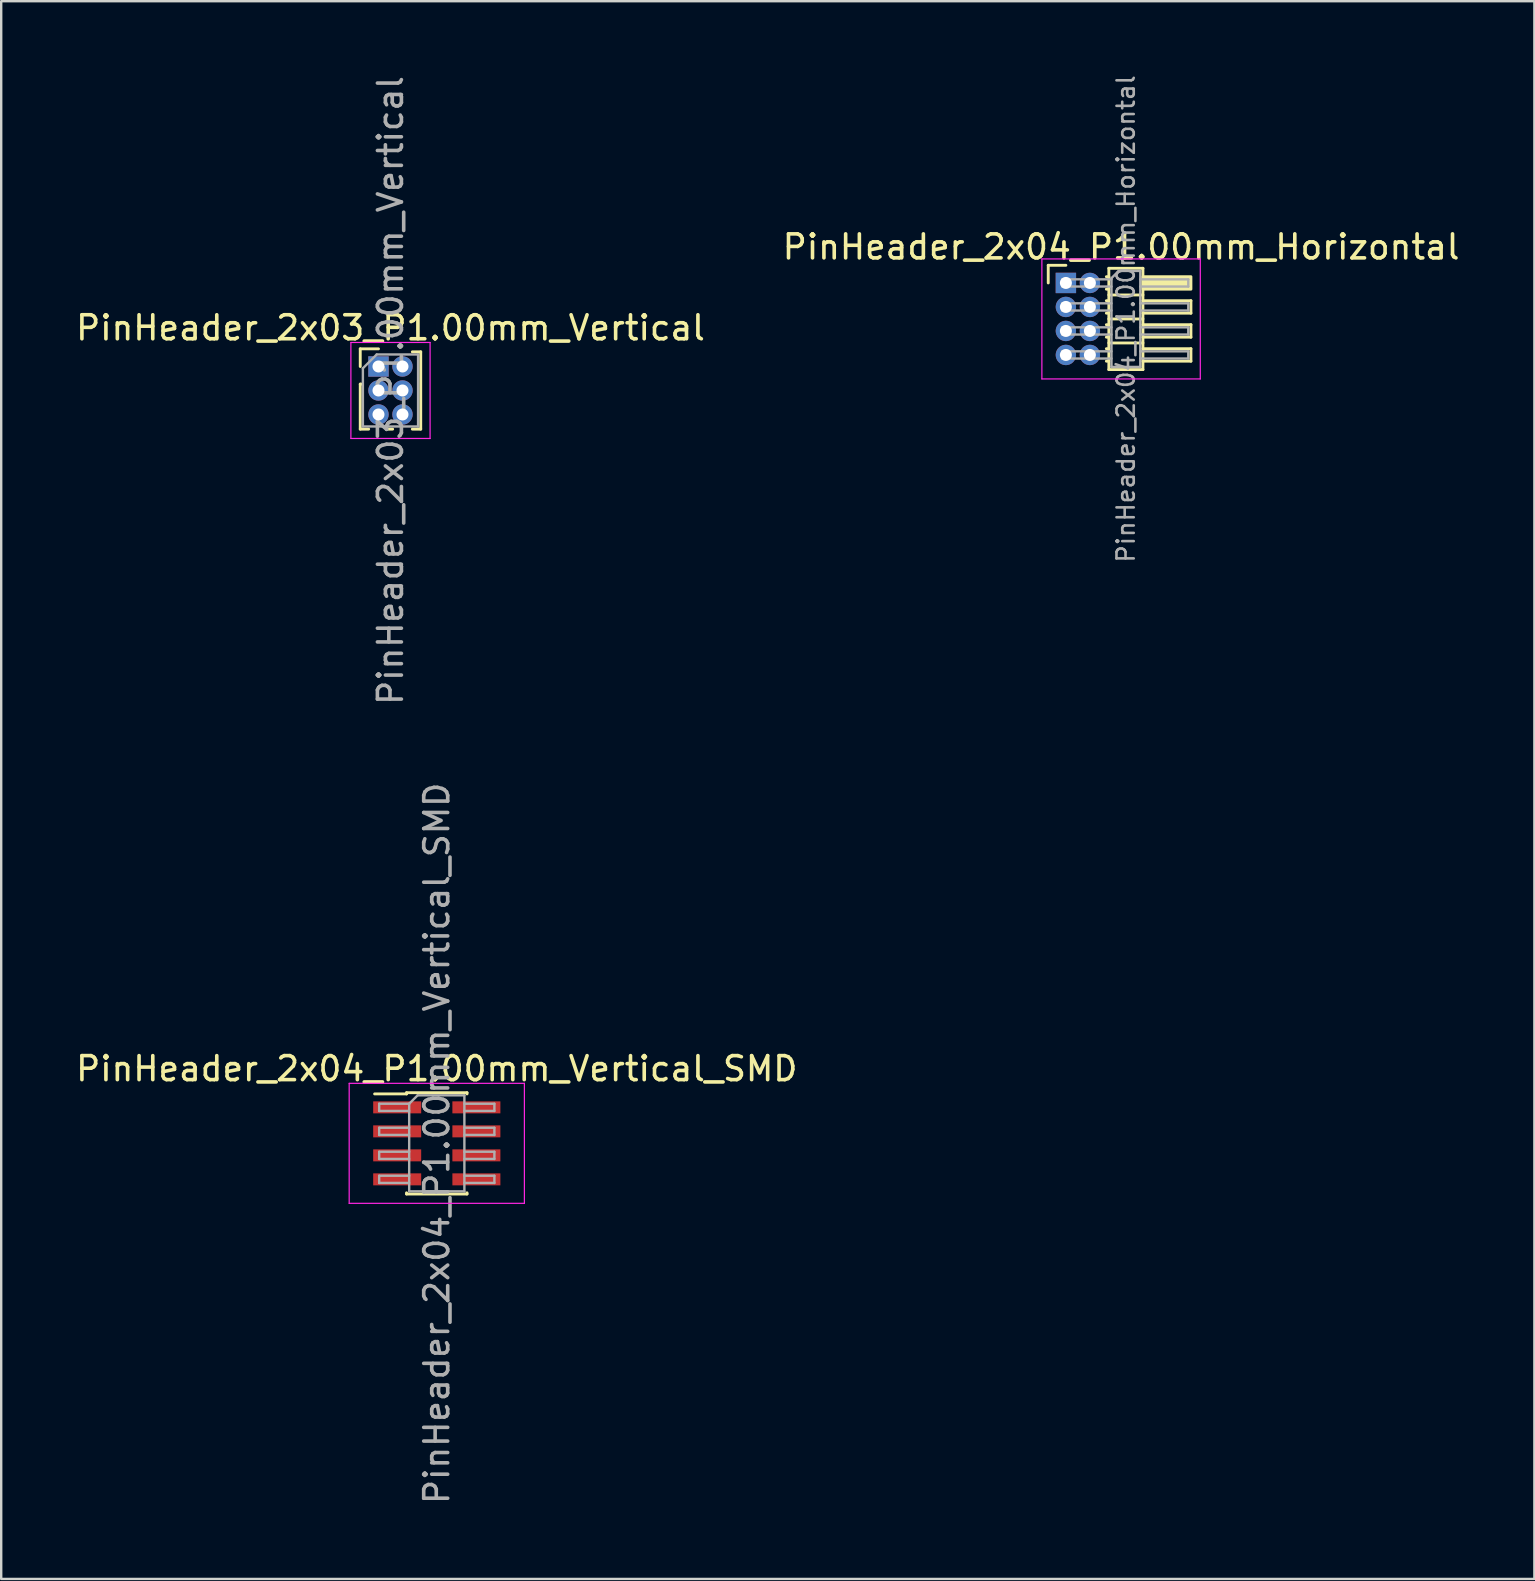
<source format=kicad_pcb>
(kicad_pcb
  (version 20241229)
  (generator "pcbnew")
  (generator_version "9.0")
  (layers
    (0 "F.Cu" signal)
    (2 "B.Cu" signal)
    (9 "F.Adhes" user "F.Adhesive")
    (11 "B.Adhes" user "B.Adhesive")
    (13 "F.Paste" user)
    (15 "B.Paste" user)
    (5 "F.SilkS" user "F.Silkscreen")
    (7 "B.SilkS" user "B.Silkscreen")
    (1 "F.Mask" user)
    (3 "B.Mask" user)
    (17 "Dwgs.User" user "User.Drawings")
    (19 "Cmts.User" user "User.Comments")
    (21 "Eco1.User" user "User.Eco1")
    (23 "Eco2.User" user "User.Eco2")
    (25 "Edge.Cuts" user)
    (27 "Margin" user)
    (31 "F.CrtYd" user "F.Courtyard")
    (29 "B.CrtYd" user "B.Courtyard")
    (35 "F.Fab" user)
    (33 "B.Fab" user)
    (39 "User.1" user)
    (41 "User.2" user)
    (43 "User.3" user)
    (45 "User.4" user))
  (footprint "PinHeader_2x04_P1.00mm_Vertical_SMD"
    (layer "F.Cu")
    (at 15.149 44.589)
    (property "Reference" "PinHeader_2x04_P1.00mm_Vertical_SMD" (at 0 -3.11 0) (layer "F.SilkS") (effects (font (size 1 1) (thickness 0.15))))
    (attr smd)
    (fp_line (start -2.59 -2.06) (end -1.26 -2.06) (stroke (width 0.12) (type solid)) (layer "F.SilkS"))
    (fp_line (start -1.26 -2.11) (end -1.26 -2.06) (stroke (width 0.12) (type solid)) (layer "F.SilkS"))
    (fp_line (start -1.26 -2.11) (end 1.26 -2.11) (stroke (width 0.12) (type solid)) (layer "F.SilkS"))
    (fp_line (start -1.26 2.06) (end -1.26 2.11) (stroke (width 0.12) (type solid)) (layer "F.SilkS"))
    (fp_line (start -1.26 2.11) (end 1.26 2.11) (stroke (width 0.12) (type solid)) (layer "F.SilkS"))
    (fp_line (start 1.26 -2.11) (end 1.26 -2.06) (stroke (width 0.12) (type solid)) (layer "F.SilkS"))
    (fp_line (start 1.26 2.06) (end 1.26 2.11) (stroke (width 0.12) (type solid)) (layer "F.SilkS"))
    (fp_line (start -3.65 -2.5) (end -3.65 2.5) (stroke (width 0.05) (type solid)) (layer "F.CrtYd"))
    (fp_line (start -3.65 2.5) (end 3.65 2.5) (stroke (width 0.05) (type solid)) (layer "F.CrtYd"))
    (fp_line (start 3.65 -2.5) (end -3.65 -2.5) (stroke (width 0.05) (type solid)) (layer "F.CrtYd"))
    (fp_line (start 3.65 2.5) (end 3.65 -2.5) (stroke (width 0.05) (type solid)) (layer "F.CrtYd"))
    (fp_line (start -2.4 -1.65) (end -2.4 -1.35) (stroke (width 0.1) (type solid)) (layer "F.Fab"))
    (fp_line (start -2.4 -1.35) (end -1.15 -1.35) (stroke (width 0.1) (type solid)) (layer "F.Fab"))
    (fp_line (start -2.4 -0.65) (end -2.4 -0.35) (stroke (width 0.1) (type solid)) (layer "F.Fab"))
    (fp_line (start -2.4 -0.35) (end -1.15 -0.35) (stroke (width 0.1) (type solid)) (layer "F.Fab"))
    (fp_line (start -2.4 0.35) (end -2.4 0.65) (stroke (width 0.1) (type solid)) (layer "F.Fab"))
    (fp_line (start -2.4 0.65) (end -1.15 0.65) (stroke (width 0.1) (type solid)) (layer "F.Fab"))
    (fp_line (start -2.4 1.35) (end -2.4 1.65) (stroke (width 0.1) (type solid)) (layer "F.Fab"))
    (fp_line (start -2.4 1.65) (end -1.15 1.65) (stroke (width 0.1) (type solid)) (layer "F.Fab"))
    (fp_line (start -1.15 -1.65) (end -2.4 -1.65) (stroke (width 0.1) (type solid)) (layer "F.Fab"))
    (fp_line (start -1.15 -1.65) (end -0.8 -2) (stroke (width 0.1) (type solid)) (layer "F.Fab"))
    (fp_line (start -1.15 -0.65) (end -2.4 -0.65) (stroke (width 0.1) (type solid)) (layer "F.Fab"))
    (fp_line (start -1.15 0.35) (end -2.4 0.35) (stroke (width 0.1) (type solid)) (layer "F.Fab"))
    (fp_line (start -1.15 1.35) (end -2.4 1.35) (stroke (width 0.1) (type solid)) (layer "F.Fab"))
    (fp_line (start -1.15 2) (end -1.15 -1.65) (stroke (width 0.1) (type solid)) (layer "F.Fab"))
    (fp_line (start -0.8 -2) (end 1.15 -2) (stroke (width 0.1) (type solid)) (layer "F.Fab"))
    (fp_line (start 1.15 -2) (end 1.15 2) (stroke (width 0.1) (type solid)) (layer "F.Fab"))
    (fp_line (start 1.15 -1.65) (end 2.4 -1.65) (stroke (width 0.1) (type solid)) (layer "F.Fab"))
    (fp_line (start 1.15 -0.65) (end 2.4 -0.65) (stroke (width 0.1) (type solid)) (layer "F.Fab"))
    (fp_line (start 1.15 0.35) (end 2.4 0.35) (stroke (width 0.1) (type solid)) (layer "F.Fab"))
    (fp_line (start 1.15 1.35) (end 2.4 1.35) (stroke (width 0.1) (type solid)) (layer "F.Fab"))
    (fp_line (start 1.15 2) (end -1.15 2) (stroke (width 0.1) (type solid)) (layer "F.Fab"))
    (fp_line (start 2.4 -1.65) (end 2.4 -1.35) (stroke (width 0.1) (type solid)) (layer "F.Fab"))
    (fp_line (start 2.4 -1.35) (end 1.15 -1.35) (stroke (width 0.1) (type solid)) (layer "F.Fab"))
    (fp_line (start 2.4 -0.65) (end 2.4 -0.35) (stroke (width 0.1) (type solid)) (layer "F.Fab"))
    (fp_line (start 2.4 -0.35) (end 1.15 -0.35) (stroke (width 0.1) (type solid)) (layer "F.Fab"))
    (fp_line (start 2.4 0.35) (end 2.4 0.65) (stroke (width 0.1) (type solid)) (layer "F.Fab"))
    (fp_line (start 2.4 0.65) (end 1.15 0.65) (stroke (width 0.1) (type solid)) (layer "F.Fab"))
    (fp_line (start 2.4 1.35) (end 2.4 1.65) (stroke (width 0.1) (type solid)) (layer "F.Fab"))
    (fp_line (start 2.4 1.65) (end 1.15 1.65) (stroke (width 0.1) (type solid)) (layer "F.Fab"))
    (fp_text user "${REFERENCE}" (at 0 0 90) (layer "F.Fab") (effects (font (size 1 1) (thickness 0.15))))
    (pad "1" smd rect (at -1.65 -1.5) (size 2 0.5) (layers "F.Cu" "F.Mask" "F.Paste"))
    (pad "2" smd rect (at 1.65 -1.5) (size 2 0.5) (layers "F.Cu" "F.Mask" "F.Paste"))
    (pad "3" smd rect (at -1.65 -0.5) (size 2 0.5) (layers "F.Cu" "F.Mask" "F.Paste"))
    (pad "4" smd rect (at 1.65 -0.5) (size 2 0.5) (layers "F.Cu" "F.Mask" "F.Paste"))
    (pad "5" smd rect (at -1.65 0.5) (size 2 0.5) (layers "F.Cu" "F.Mask" "F.Paste"))
    (pad "6" smd rect (at 1.65 0.5) (size 2 0.5) (layers "F.Cu" "F.Mask" "F.Paste"))
    (pad "7" smd rect (at -1.65 1.5) (size 2 0.5) (layers "F.Cu" "F.Mask" "F.Paste"))
    (pad "8" smd rect (at 1.65 1.5) (size 2 0.5) (layers "F.Cu" "F.Mask" "F.Paste")))
  (footprint "PinHeader_2x03_P1.00mm_Vertical"
    (layer "F.Cu")
    (at 12.72 12.22)
    (property "Reference" "PinHeader_2x03_P1.00mm_Vertical" (at 0.5 -1.61 0) (layer "F.SilkS") (effects (font (size 1 1) (thickness 0.15))))
    (attr through_hole)
    (fp_line (start -0.76 -0.735) (end 0 -0.735) (stroke (width 0.12) (type solid)) (layer "F.SilkS"))
    (fp_line (start -0.76 0) (end -0.76 -0.735) (stroke (width 0.12) (type solid)) (layer "F.SilkS"))
    (fp_line (start -0.76 0.735) (end -0.76 2.61) (stroke (width 0.12) (type solid)) (layer "F.SilkS"))
    (fp_line (start -0.76 0.735) (end -0.686 0.735) (stroke (width 0.12) (type solid)) (layer "F.SilkS"))
    (fp_line (start -0.76 2.61) (end -0.41 2.61) (stroke (width 0.12) (type solid)) (layer "F.SilkS"))
    (fp_line (start 0.41 2.61) (end 0.59 2.61) (stroke (width 0.12) (type solid)) (layer "F.SilkS"))
    (fp_line (start 1.41 -0.61) (end 1.76 -0.61) (stroke (width 0.12) (type solid)) (layer "F.SilkS"))
    (fp_line (start 1.41 2.61) (end 1.76 2.61) (stroke (width 0.12) (type solid)) (layer "F.SilkS"))
    (fp_line (start 1.76 -0.61) (end 1.76 2.61) (stroke (width 0.12) (type solid)) (layer "F.SilkS"))
    (fp_line (start -1.15 -1) (end -1.15 3) (stroke (width 0.05) (type solid)) (layer "F.CrtYd"))
    (fp_line (start -1.15 3) (end 2.15 3) (stroke (width 0.05) (type solid)) (layer "F.CrtYd"))
    (fp_line (start 2.15 -1) (end -1.15 -1) (stroke (width 0.05) (type solid)) (layer "F.CrtYd"))
    (fp_line (start 2.15 3) (end 2.15 -1) (stroke (width 0.05) (type solid)) (layer "F.CrtYd"))
    (fp_line (start -0.65 0.075) (end -0.075 -0.5) (stroke (width 0.1) (type solid)) (layer "F.Fab"))
    (fp_line (start -0.65 2.5) (end -0.65 0.075) (stroke (width 0.1) (type solid)) (layer "F.Fab"))
    (fp_line (start -0.075 -0.5) (end 1.65 -0.5) (stroke (width 0.1) (type solid)) (layer "F.Fab"))
    (fp_line (start 1.65 -0.5) (end 1.65 2.5) (stroke (width 0.1) (type solid)) (layer "F.Fab"))
    (fp_line (start 1.65 2.5) (end -0.65 2.5) (stroke (width 0.1) (type solid)) (layer "F.Fab"))
    (fp_text user "${REFERENCE}" (at 0.5 1 90) (layer "F.Fab") (effects (font (size 1 1) (thickness 0.15))))
    (pad "1" thru_hole rect (at 0 0) (size 0.85 0.85) (drill 0.5) (layers "*.Cu" "*.Mask"))
    (pad "2" thru_hole circle (at 1 0) (size 0.85 0.85) (drill 0.5) (layers "*.Cu" "*.Mask"))
    (pad "3" thru_hole circle (at 0 1) (size 0.85 0.85) (drill 0.5) (layers "*.Cu" "*.Mask"))
    (pad "4" thru_hole circle (at 1 1) (size 0.85 0.85) (drill 0.5) (layers "*.Cu" "*.Mask"))
    (pad "5" thru_hole circle (at 0 2) (size 0.85 0.85) (drill 0.5) (layers "*.Cu" "*.Mask"))
    (pad "6" thru_hole circle (at 1 2) (size 0.85 0.85) (drill 0.5) (layers "*.Cu" "*.Mask")))
  (footprint "PinHeader_2x04_P1.00mm_Horizontal"
    (layer "F.Cu")
    (at 41.361 8.739)
    (property "Reference" "PinHeader_2x04_P1.00mm_Horizontal" (at 2.3 -1.5 0) (layer "F.SilkS") (effects (font (size 1 1) (thickness 0.15))))
    (attr through_hole)
    (fp_line (start -0.735 -0.735) (end 0 -0.735) (stroke (width 0.12) (type solid)) (layer "F.SilkS"))
    (fp_line (start -0.735 0) (end -0.735 -0.735) (stroke (width 0.12) (type solid)) (layer "F.SilkS"))
    (fp_line (start 1.687 -0.26) (end 1.79 -0.26) (stroke (width 0.12) (type solid)) (layer "F.SilkS"))
    (fp_line (start 1.687 0.26) (end 1.79 0.26) (stroke (width 0.12) (type solid)) (layer "F.SilkS"))
    (fp_line (start 1.687 0.74) (end 1.79 0.74) (stroke (width 0.12) (type solid)) (layer "F.SilkS"))
    (fp_line (start 1.687 1.26) (end 1.79 1.26) (stroke (width 0.12) (type solid)) (layer "F.SilkS"))
    (fp_line (start 1.687 1.74) (end 1.79 1.74) (stroke (width 0.12) (type solid)) (layer "F.SilkS"))
    (fp_line (start 1.687 2.26) (end 1.79 2.26) (stroke (width 0.12) (type solid)) (layer "F.SilkS"))
    (fp_line (start 1.687 2.74) (end 1.79 2.74) (stroke (width 0.12) (type solid)) (layer "F.SilkS"))
    (fp_line (start 1.687 3.26) (end 1.79 3.26) (stroke (width 0.12) (type solid)) (layer "F.SilkS"))
    (fp_line (start 1.79 -0.61) (end 1.79 3.61) (stroke (width 0.12) (type solid)) (layer "F.SilkS"))
    (fp_line (start 1.79 0.5) (end 3.21 0.5) (stroke (width 0.12) (type solid)) (layer "F.SilkS"))
    (fp_line (start 1.79 1.5) (end 3.21 1.5) (stroke (width 0.12) (type solid)) (layer "F.SilkS"))
    (fp_line (start 1.79 2.5) (end 3.21 2.5) (stroke (width 0.12) (type solid)) (layer "F.SilkS"))
    (fp_line (start 1.79 3.61) (end 3.21 3.61) (stroke (width 0.12) (type solid)) (layer "F.SilkS"))
    (fp_line (start 3.21 -0.61) (end 1.79 -0.61) (stroke (width 0.12) (type solid)) (layer "F.SilkS"))
    (fp_line (start 3.21 0.74) (end 5.21 0.74) (stroke (width 0.12) (type solid)) (layer "F.SilkS"))
    (fp_line (start 3.21 1.74) (end 5.21 1.74) (stroke (width 0.12) (type solid)) (layer "F.SilkS"))
    (fp_line (start 3.21 2.74) (end 5.21 2.74) (stroke (width 0.12) (type solid)) (layer "F.SilkS"))
    (fp_line (start 3.21 3.61) (end 3.21 -0.61) (stroke (width 0.12) (type solid)) (layer "F.SilkS"))
    (fp_line (start 5.21 0.74) (end 5.21 1.26) (stroke (width 0.12) (type solid)) (layer "F.SilkS"))
    (fp_line (start 5.21 1.26) (end 3.21 1.26) (stroke (width 0.12) (type solid)) (layer "F.SilkS"))
    (fp_line (start 5.21 1.74) (end 5.21 2.26) (stroke (width 0.12) (type solid)) (layer "F.SilkS"))
    (fp_line (start 5.21 2.26) (end 3.21 2.26) (stroke (width 0.12) (type solid)) (layer "F.SilkS"))
    (fp_line (start 5.21 2.74) (end 5.21 3.26) (stroke (width 0.12) (type solid)) (layer "F.SilkS"))
    (fp_line (start 5.21 3.26) (end 3.21 3.26) (stroke (width 0.12) (type solid)) (layer "F.SilkS"))
    (fp_rect (start 3.21 -0.26) (end 5.21 0.26) (stroke (width 0.12) (type solid)) (fill yes) (layer "F.SilkS"))
    (fp_line (start -1 -1) (end -1 4) (stroke (width 0.05) (type solid)) (layer "F.CrtYd"))
    (fp_line (start -1 4) (end 5.6 4) (stroke (width 0.05) (type solid)) (layer "F.CrtYd"))
    (fp_line (start 5.6 -1) (end -1 -1) (stroke (width 0.05) (type solid)) (layer "F.CrtYd"))
    (fp_line (start 5.6 4) (end 5.6 -1) (stroke (width 0.05) (type solid)) (layer "F.CrtYd"))
    (fp_line (start -0.15 -0.15) (end -0.15 0.15) (stroke (width 0.1) (type solid)) (layer "F.Fab"))
    (fp_line (start -0.15 -0.15) (end 1.9 -0.15) (stroke (width 0.1) (type solid)) (layer "F.Fab"))
    (fp_line (start -0.15 0.15) (end 1.9 0.15) (stroke (width 0.1) (type solid)) (layer "F.Fab"))
    (fp_line (start -0.15 0.85) (end -0.15 1.15) (stroke (width 0.1) (type solid)) (layer "F.Fab"))
    (fp_line (start -0.15 0.85) (end 1.9 0.85) (stroke (width 0.1) (type solid)) (layer "F.Fab"))
    (fp_line (start -0.15 1.15) (end 1.9 1.15) (stroke (width 0.1) (type solid)) (layer "F.Fab"))
    (fp_line (start -0.15 1.85) (end -0.15 2.15) (stroke (width 0.1) (type solid)) (layer "F.Fab"))
    (fp_line (start -0.15 1.85) (end 1.9 1.85) (stroke (width 0.1) (type solid)) (layer "F.Fab"))
    (fp_line (start -0.15 2.15) (end 1.9 2.15) (stroke (width 0.1) (type solid)) (layer "F.Fab"))
    (fp_line (start -0.15 2.85) (end -0.15 3.15) (stroke (width 0.1) (type solid)) (layer "F.Fab"))
    (fp_line (start -0.15 2.85) (end 1.9 2.85) (stroke (width 0.1) (type solid)) (layer "F.Fab"))
    (fp_line (start -0.15 3.15) (end 1.9 3.15) (stroke (width 0.1) (type solid)) (layer "F.Fab"))
    (fp_line (start 1.9 -0.2) (end 2.2 -0.5) (stroke (width 0.1) (type solid)) (layer "F.Fab"))
    (fp_line (start 1.9 3.5) (end 1.9 -0.2) (stroke (width 0.1) (type solid)) (layer "F.Fab"))
    (fp_line (start 2.2 -0.5) (end 3.1 -0.5) (stroke (width 0.1) (type solid)) (layer "F.Fab"))
    (fp_line (start 3.1 -0.5) (end 3.1 3.5) (stroke (width 0.1) (type solid)) (layer "F.Fab"))
    (fp_line (start 3.1 -0.15) (end 5.1 -0.15) (stroke (width 0.1) (type solid)) (layer "F.Fab"))
    (fp_line (start 3.1 0.15) (end 5.1 0.15) (stroke (width 0.1) (type solid)) (layer "F.Fab"))
    (fp_line (start 3.1 0.85) (end 5.1 0.85) (stroke (width 0.1) (type solid)) (layer "F.Fab"))
    (fp_line (start 3.1 1.15) (end 5.1 1.15) (stroke (width 0.1) (type solid)) (layer "F.Fab"))
    (fp_line (start 3.1 1.85) (end 5.1 1.85) (stroke (width 0.1) (type solid)) (layer "F.Fab"))
    (fp_line (start 3.1 2.15) (end 5.1 2.15) (stroke (width 0.1) (type solid)) (layer "F.Fab"))
    (fp_line (start 3.1 2.85) (end 5.1 2.85) (stroke (width 0.1) (type solid)) (layer "F.Fab"))
    (fp_line (start 3.1 3.15) (end 5.1 3.15) (stroke (width 0.1) (type solid)) (layer "F.Fab"))
    (fp_line (start 3.1 3.5) (end 1.9 3.5) (stroke (width 0.1) (type solid)) (layer "F.Fab"))
    (fp_line (start 5.1 -0.15) (end 5.1 0.15) (stroke (width 0.1) (type solid)) (layer "F.Fab"))
    (fp_line (start 5.1 0.85) (end 5.1 1.15) (stroke (width 0.1) (type solid)) (layer "F.Fab"))
    (fp_line (start 5.1 1.85) (end 5.1 2.15) (stroke (width 0.1) (type solid)) (layer "F.Fab"))
    (fp_line (start 5.1 2.85) (end 5.1 3.15) (stroke (width 0.1) (type solid)) (layer "F.Fab"))
    (fp_text user "${REFERENCE}" (at 2.5 1.5 90) (layer "F.Fab") (effects (font (size 0.72 0.72) (thickness 0.108))))
    (pad "1" thru_hole rect (at 0 0) (size 0.85 0.85) (drill 0.5) (layers "*.Cu" "*.Mask"))
    (pad "2" thru_hole circle (at 1 0) (size 0.85 0.85) (drill 0.5) (layers "*.Cu" "*.Mask"))
    (pad "3" thru_hole circle (at 0 1) (size 0.85 0.85) (drill 0.5) (layers "*.Cu" "*.Mask"))
    (pad "4" thru_hole circle (at 1 1) (size 0.85 0.85) (drill 0.5) (layers "*.Cu" "*.Mask"))
    (pad "5" thru_hole circle (at 0 2) (size 0.85 0.85) (drill 0.5) (layers "*.Cu" "*.Mask"))
    (pad "6" thru_hole circle (at 1 2) (size 0.85 0.85) (drill 0.5) (layers "*.Cu" "*.Mask"))
    (pad "7" thru_hole circle (at 0 3) (size 0.85 0.85) (drill 0.5) (layers "*.Cu" "*.Mask"))
    (pad "8" thru_hole circle (at 1 3) (size 0.85 0.85) (drill 0.5) (layers "*.Cu" "*.Mask")))
  (gr_rect
    (start -3 -3)
    (end 60.881 62.738)
    (stroke (width 0.1) (type default))
    (fill no)
    (layer "Edge.Cuts")))
</source>
